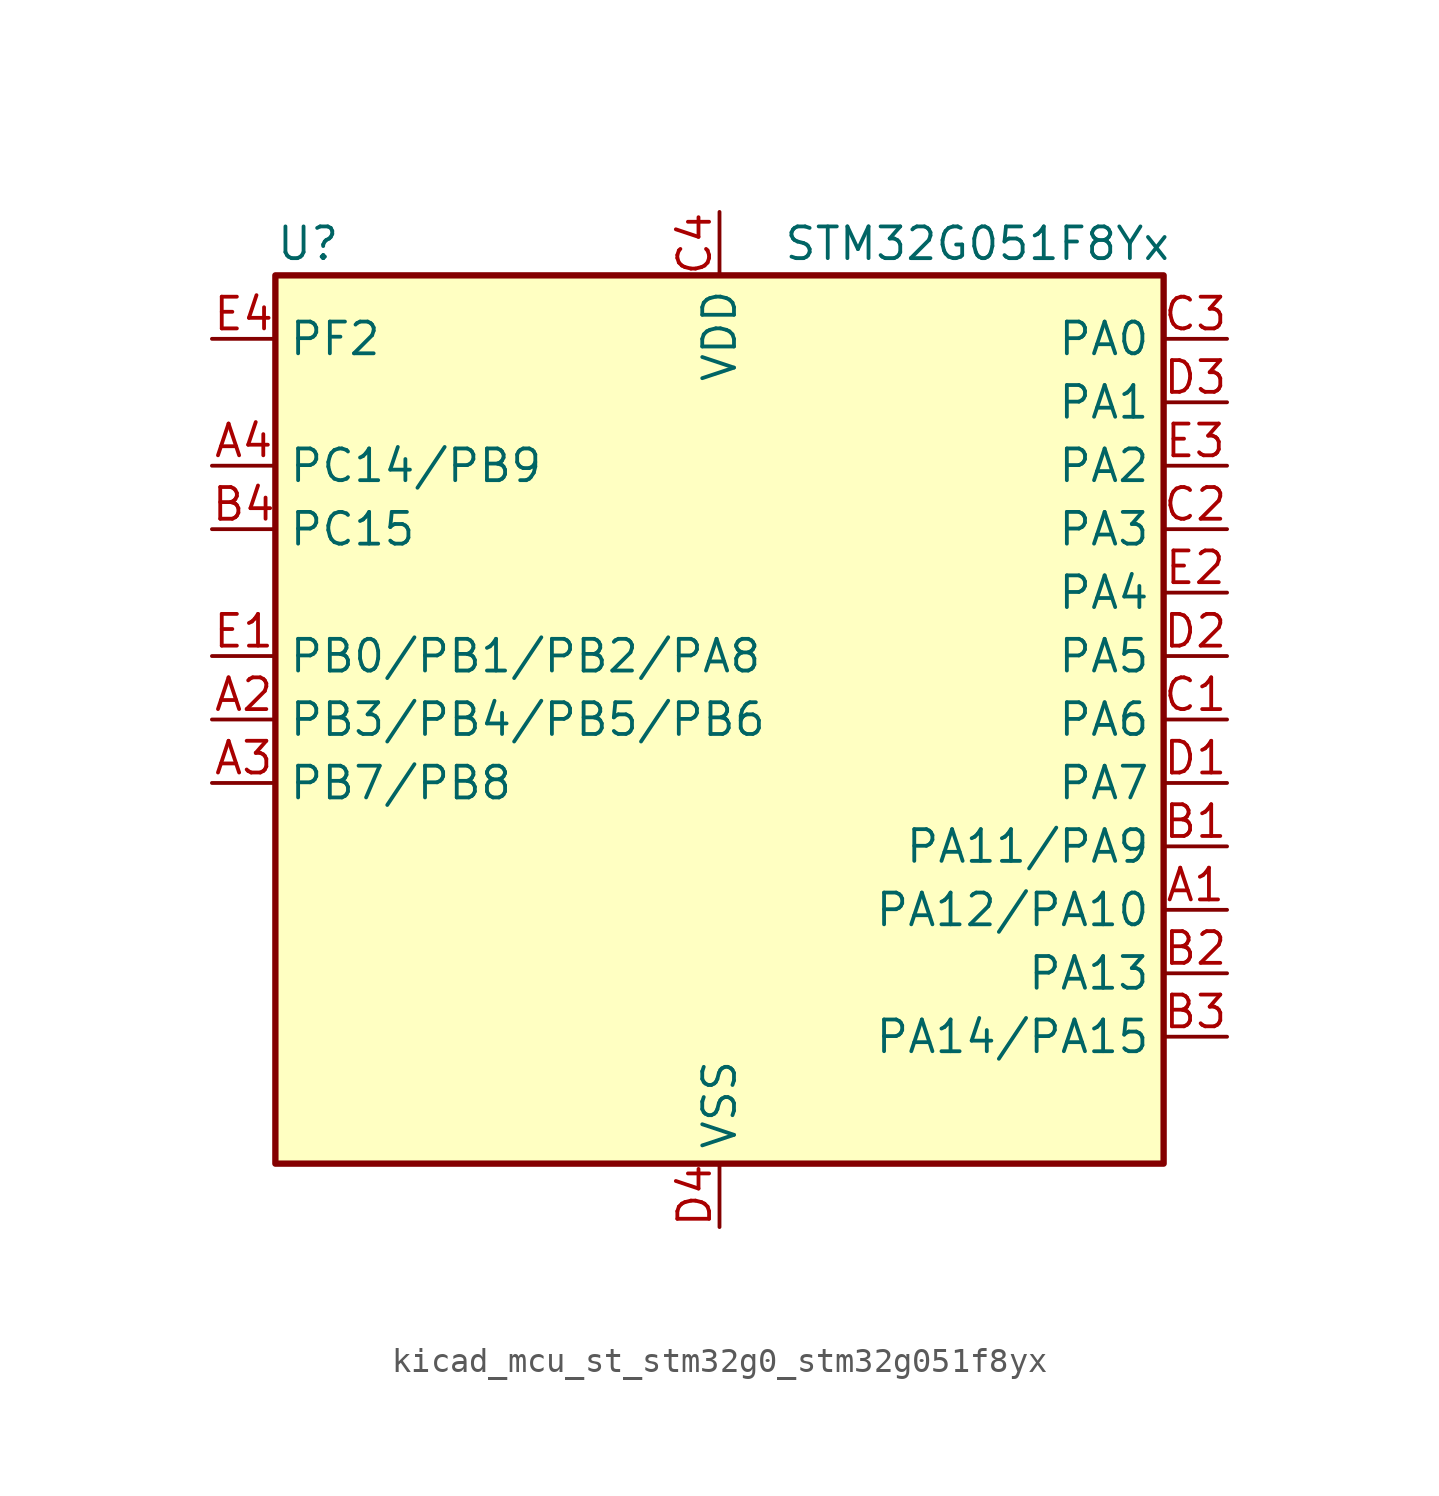
<source format=kicad_sym>
(kicad_symbol_lib
  (version 20220914)
  (generator kicad_symbol_editor)
  (symbol "kicad_mcu_st_stm32g0_stm32g051f8yx"
    (property "Reference" "U"
      (at -17.78 19.05 0)
      (effects (font (size 1.27 1.27)) (justify left)))
    (property "Value" "STM32G051F8Yx"
      (at 2.54 19.05 0)
      (effects (font (size 1.27 1.27)) (justify left)))
    (property "ki_locked" ""
      (at 0 0 0)
      (effects (font (size 1.27 1.27))))
    (symbol "kicad_mcu_st_stm32g0_stm32g051f8yx_0_1"
      (rectangle (start -17.78 -17.78) (end 17.78 17.78) (stroke (width 0.254) (type default)) (fill (type background))))
    (symbol "kicad_mcu_st_stm32g0_stm32g051f8yx_1_1"
      (pin bidirectional line (at 20.32 -7.62 180) (length 2.54) (name "PA12/PA10" (effects (font (size 1.27 1.27)))) (number "A1" (effects (font (size 1.27 1.27)))) (alternate "ADC1_IN16" bidirectional line) (alternate "COMP2_OUT" bidirectional line) (alternate "I2C2_SDA" bidirectional line) (alternate "I2S1_SD" bidirectional line) (alternate "I2S_CKIN" bidirectional line) (alternate "SPI1_MOSI" bidirectional line) (alternate "TIM1_ETR" bidirectional line) (alternate "USART1_CK" bidirectional line) (alternate "USART1_DE" bidirectional line) (alternate "USART1_RTS" bidirectional line))
      (pin bidirectional line (at -20.32 0 0) (length 2.54) (name "PB3/PB4/PB5/PB6" (effects (font (size 1.27 1.27)))) (number "A2" (effects (font (size 1.27 1.27)))) (alternate "COMP2_INM" bidirectional line) (alternate "I2S1_CK" bidirectional line) (alternate "SPI1_SCK" bidirectional line) (alternate "TIM1_CH2" bidirectional line) (alternate "TIM2_CH2" bidirectional line) (alternate "USART1_CK" bidirectional line) (alternate "USART1_DE" bidirectional line) (alternate "USART1_RTS" bidirectional line))
      (pin bidirectional line (at -20.32 -2.54 0) (length 2.54) (name "PB7/PB8" (effects (font (size 1.27 1.27)))) (number "A3" (effects (font (size 1.27 1.27)))) (alternate "ADC1_IN11" bidirectional line) (alternate "COMP2_INM" bidirectional line) (alternate "I2C1_SDA" bidirectional line) (alternate "LPTIM1_IN2" bidirectional line) (alternate "SPI2_MOSI" bidirectional line) (alternate "SYS_PVD_IN" bidirectional line) (alternate "TIM17_CH1N" bidirectional line) (alternate "USART1_RX" bidirectional line))
      (pin bidirectional line (at -20.32 10.16 0) (length 2.54) (name "PC14/PB9" (effects (font (size 1.27 1.27)))) (number "A4" (effects (font (size 1.27 1.27)))) (alternate "RCC_OSC32_IN" bidirectional line) (alternate "RCC_OSC_IN" bidirectional line) (alternate "TIM1_BK2" bidirectional line))
      (pin bidirectional line (at 20.32 -5.08 180) (length 2.54) (name "PA11/PA9" (effects (font (size 1.27 1.27)))) (number "B1" (effects (font (size 1.27 1.27)))) (alternate "ADC1_EXTI11" bidirectional line) (alternate "ADC1_IN15" bidirectional line) (alternate "COMP1_OUT" bidirectional line) (alternate "I2C2_SCL" bidirectional line) (alternate "I2S1_MCK" bidirectional line) (alternate "SPI1_MISO" bidirectional line) (alternate "TIM1_BK2" bidirectional line) (alternate "TIM1_CH4" bidirectional line) (alternate "USART1_CTS" bidirectional line) (alternate "USART1_NSS" bidirectional line))
      (pin bidirectional line (at 20.32 -10.16 180) (length 2.54) (name "PA13" (effects (font (size 1.27 1.27)))) (number "B2" (effects (font (size 1.27 1.27)))) (alternate "ADC1_IN17" bidirectional line) (alternate "IR_OUT" bidirectional line) (alternate "SYS_SWDIO" bidirectional line))
      (pin bidirectional line (at 20.32 -12.7 180) (length 2.54) (name "PA14/PA15" (effects (font (size 1.27 1.27)))) (number "B3" (effects (font (size 1.27 1.27)))) (alternate "ADC1_IN18" bidirectional line) (alternate "SYS_SWCLK" bidirectional line) (alternate "USART2_TX" bidirectional line))
      (pin bidirectional line (at -20.32 7.62 0) (length 2.54) (name "PC15" (effects (font (size 1.27 1.27)))) (number "B4" (effects (font (size 1.27 1.27)))) (alternate "RCC_OSC32_EN" bidirectional line) (alternate "RCC_OSC32_OUT" bidirectional line) (alternate "RCC_OSC_EN" bidirectional line) (alternate "TIM15_BK" bidirectional line))
      (pin bidirectional line (at 20.32 0 180) (length 2.54) (name "PA6" (effects (font (size 1.27 1.27)))) (number "C1" (effects (font (size 1.27 1.27)))) (alternate "ADC1_IN6" bidirectional line) (alternate "COMP1_OUT" bidirectional line) (alternate "I2S1_MCK" bidirectional line) (alternate "LPUART1_CTS" bidirectional line) (alternate "SPI1_MISO" bidirectional line) (alternate "TIM16_CH1" bidirectional line) (alternate "TIM1_BK" bidirectional line) (alternate "TIM3_CH1" bidirectional line))
      (pin bidirectional line (at 20.32 7.62 180) (length 2.54) (name "PA3" (effects (font (size 1.27 1.27)))) (number "C2" (effects (font (size 1.27 1.27)))) (alternate "ADC1_IN3" bidirectional line) (alternate "COMP2_INP" bidirectional line) (alternate "LPUART1_RX" bidirectional line) (alternate "SPI2_MISO" bidirectional line) (alternate "TIM15_CH2" bidirectional line) (alternate "TIM2_CH4" bidirectional line) (alternate "USART2_RX" bidirectional line))
      (pin bidirectional line (at 20.32 15.24 180) (length 2.54) (name "PA0" (effects (font (size 1.27 1.27)))) (number "C3" (effects (font (size 1.27 1.27)))) (alternate "ADC1_IN0" bidirectional line) (alternate "COMP1_INM" bidirectional line) (alternate "COMP1_OUT" bidirectional line) (alternate "LPTIM1_OUT" bidirectional line) (alternate "RTC_TAMP_IN2" bidirectional line) (alternate "SPI2_SCK" bidirectional line) (alternate "SYS_WKUP1" bidirectional line) (alternate "TIM2_CH1" bidirectional line) (alternate "TIM2_ETR" bidirectional line) (alternate "USART2_CTS" bidirectional line) (alternate "USART2_NSS" bidirectional line))
      (pin power_in line (at 0 20.32 270) (length 2.54) (name "VDD" (effects (font (size 1.27 1.27)))) (number "C4" (effects (font (size 1.27 1.27)))))
      (pin bidirectional line (at 20.32 -2.54 180) (length 2.54) (name "PA7" (effects (font (size 1.27 1.27)))) (number "D1" (effects (font (size 1.27 1.27)))) (alternate "ADC1_IN7" bidirectional line) (alternate "COMP2_OUT" bidirectional line) (alternate "I2S1_SD" bidirectional line) (alternate "SPI1_MOSI" bidirectional line) (alternate "TIM14_CH1" bidirectional line) (alternate "TIM17_CH1" bidirectional line) (alternate "TIM1_CH1N" bidirectional line) (alternate "TIM3_CH2" bidirectional line))
      (pin bidirectional line (at 20.32 2.54 180) (length 2.54) (name "PA5" (effects (font (size 1.27 1.27)))) (number "D2" (effects (font (size 1.27 1.27)))) (alternate "ADC1_IN5" bidirectional line) (alternate "DAC1_OUT2" bidirectional line) (alternate "I2S1_CK" bidirectional line) (alternate "LPTIM2_ETR" bidirectional line) (alternate "SPI1_SCK" bidirectional line) (alternate "TIM2_CH1" bidirectional line) (alternate "TIM2_ETR" bidirectional line))
      (pin bidirectional line (at 20.32 12.7 180) (length 2.54) (name "PA1" (effects (font (size 1.27 1.27)))) (number "D3" (effects (font (size 1.27 1.27)))) (alternate "ADC1_IN1" bidirectional line) (alternate "COMP1_INP" bidirectional line) (alternate "I2C1_SMBA" bidirectional line) (alternate "I2S1_CK" bidirectional line) (alternate "SPI1_SCK" bidirectional line) (alternate "TIM15_CH1N" bidirectional line) (alternate "TIM2_CH2" bidirectional line) (alternate "USART2_CK" bidirectional line) (alternate "USART2_DE" bidirectional line) (alternate "USART2_RTS" bidirectional line))
      (pin power_in line (at 0 -20.32 90) (length 2.54) (name "VSS" (effects (font (size 1.27 1.27)))) (number "D4" (effects (font (size 1.27 1.27)))))
      (pin bidirectional line (at -20.32 2.54 0) (length 2.54) (name "PB0/PB1/PB2/PA8" (effects (font (size 1.27 1.27)))) (number "E1" (effects (font (size 1.27 1.27)))) (alternate "ADC1_IN8" bidirectional line) (alternate "COMP1_OUT" bidirectional line) (alternate "I2S1_WS" bidirectional line) (alternate "LPTIM1_OUT" bidirectional line) (alternate "SPI1_NSS" bidirectional line) (alternate "TIM1_CH2N" bidirectional line) (alternate "TIM3_CH3" bidirectional line))
      (pin bidirectional line (at 20.32 5.08 180) (length 2.54) (name "PA4" (effects (font (size 1.27 1.27)))) (number "E2" (effects (font (size 1.27 1.27)))) (alternate "ADC1_IN4" bidirectional line) (alternate "DAC1_OUT1" bidirectional line) (alternate "I2S1_WS" bidirectional line) (alternate "LPTIM2_OUT" bidirectional line) (alternate "RTC_OUT1" bidirectional line) (alternate "RTC_TAMP_IN1" bidirectional line) (alternate "RTC_TS" bidirectional line) (alternate "SPI1_NSS" bidirectional line) (alternate "SPI2_MOSI" bidirectional line) (alternate "SYS_WKUP2" bidirectional line) (alternate "TIM14_CH1" bidirectional line))
      (pin bidirectional line (at 20.32 10.16 180) (length 2.54) (name "PA2" (effects (font (size 1.27 1.27)))) (number "E3" (effects (font (size 1.27 1.27)))) (alternate "ADC1_IN2" bidirectional line) (alternate "COMP2_INM" bidirectional line) (alternate "COMP2_OUT" bidirectional line) (alternate "I2S1_SD" bidirectional line) (alternate "LPUART1_TX" bidirectional line) (alternate "RCC_LSCO" bidirectional line) (alternate "SPI1_MOSI" bidirectional line) (alternate "SYS_WKUP4" bidirectional line) (alternate "TIM15_CH1" bidirectional line) (alternate "TIM2_CH3" bidirectional line) (alternate "USART2_TX" bidirectional line))
      (pin bidirectional line (at -20.32 15.24 0) (length 2.54) (name "PF2" (effects (font (size 1.27 1.27)))) (number "E4" (effects (font (size 1.27 1.27)))) (alternate "RCC_MCO" bidirectional line)))))
</source>
